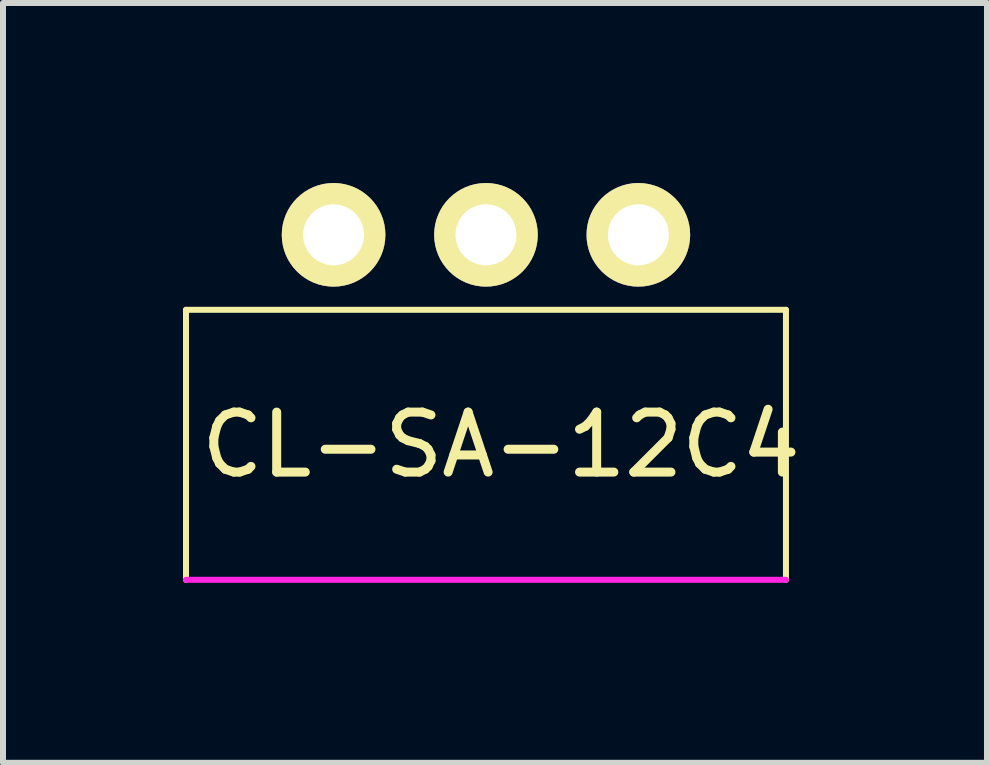
<source format=kicad_pcb>
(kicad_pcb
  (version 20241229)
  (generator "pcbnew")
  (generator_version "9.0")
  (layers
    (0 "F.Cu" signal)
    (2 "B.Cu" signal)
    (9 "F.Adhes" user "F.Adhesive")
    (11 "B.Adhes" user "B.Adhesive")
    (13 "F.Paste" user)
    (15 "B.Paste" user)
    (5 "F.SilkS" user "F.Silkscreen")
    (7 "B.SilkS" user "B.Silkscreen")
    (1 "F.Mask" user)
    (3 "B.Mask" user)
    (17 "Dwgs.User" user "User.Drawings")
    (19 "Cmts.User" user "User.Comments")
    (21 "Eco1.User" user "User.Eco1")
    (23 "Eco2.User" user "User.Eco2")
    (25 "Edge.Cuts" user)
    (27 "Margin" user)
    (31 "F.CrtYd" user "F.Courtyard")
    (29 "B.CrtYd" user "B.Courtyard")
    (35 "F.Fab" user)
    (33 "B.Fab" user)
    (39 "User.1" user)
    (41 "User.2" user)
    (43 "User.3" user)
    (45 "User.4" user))
  (footprint "CL-SA-12C4"
    (layer "F.Cu")
    (at 5.05 0.864)
    (property "Reference" "CL-SA-12C4" (at 0.25 3.5 0) (layer "F.SilkS") (effects (font (size 1 1) (thickness 0.15))))
    (attr through_hole)
    (fp_line (start -5 1.25) (end 5 1.25) (stroke (width 0.1) (type solid)) (layer "F.SilkS"))
    (fp_line (start -5 5.75) (end -5 1.25) (stroke (width 0.1) (type solid)) (layer "F.SilkS"))
    (fp_line (start 5 1.25) (end 5 5.75) (stroke (width 0.1) (type solid)) (layer "F.SilkS"))
    (fp_line (start 5 5.75) (end -5 5.75) (stroke (width 0.1) (type solid)) (layer "F.CrtYd"))
    (pad "1" thru_hole circle (at -2.54 0) (size 1.727 1.727) (drill 1.016) (layers "*.Cu" "*.Mask" "F.SilkS"))
    (pad "2" thru_hole circle (at 0 0) (size 1.727 1.727) (drill 1.016) (layers "*.Cu" "*.Mask" "F.SilkS"))
    (pad "3" thru_hole circle (at 2.54 0) (size 1.727 1.727) (drill 1.016) (layers "*.Cu" "*.Mask" "F.SilkS")))
  (gr_rect
    (start -3 -3)
    (end 13.401 9.664)
    (stroke (width 0.1) (type default))
    (fill no)
    (layer "Edge.Cuts")))
</source>
